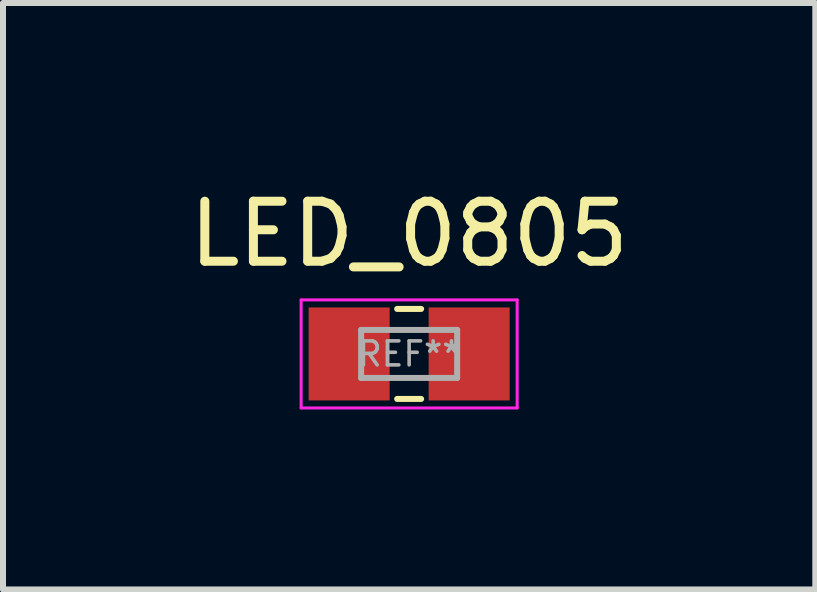
<source format=kicad_pcb>
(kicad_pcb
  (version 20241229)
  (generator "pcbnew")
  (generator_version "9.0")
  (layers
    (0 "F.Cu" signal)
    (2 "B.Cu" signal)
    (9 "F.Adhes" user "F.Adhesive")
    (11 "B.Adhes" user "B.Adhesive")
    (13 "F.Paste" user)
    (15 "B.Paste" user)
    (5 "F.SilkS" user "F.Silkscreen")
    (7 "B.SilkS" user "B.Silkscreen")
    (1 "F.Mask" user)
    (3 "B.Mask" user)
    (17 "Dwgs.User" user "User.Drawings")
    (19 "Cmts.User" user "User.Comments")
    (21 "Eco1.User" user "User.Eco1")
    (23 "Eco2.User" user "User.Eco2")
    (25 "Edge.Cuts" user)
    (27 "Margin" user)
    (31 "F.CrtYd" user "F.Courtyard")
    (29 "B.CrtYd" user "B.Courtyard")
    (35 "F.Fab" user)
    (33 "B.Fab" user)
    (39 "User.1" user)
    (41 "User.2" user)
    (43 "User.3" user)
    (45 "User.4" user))
  (footprint "LED_0805"
    (layer "F.Cu")
    (at 3.768 2.848)
    (property "Reference" "LED_0805" (at 0 -2 0) (layer "F.SilkS") (effects (font (size 1 1) (thickness 0.15))))
    (attr smd)
    (fp_line (start -0.2 -0.75) (end 0.2 -0.75) (stroke (width 0.1) (type solid)) (layer "F.SilkS"))
    (fp_line (start -0.2 0.75) (end 0.2 0.75) (stroke (width 0.1) (type solid)) (layer "F.SilkS"))
    (fp_line (start -1.8 0.9) (end -1.8 -0.9) (stroke (width 0.05) (type solid)) (layer "F.CrtYd"))
    (fp_line (start 1.8 -0.9) (end -1.8 -0.9) (stroke (width 0.05) (type solid)) (layer "F.CrtYd"))
    (fp_line (start 1.8 -0.9) (end 1.8 0.9) (stroke (width 0.05) (type solid)) (layer "F.CrtYd"))
    (fp_line (start 1.8 0.9) (end -1.8 0.9) (stroke (width 0.05) (type solid)) (layer "F.CrtYd"))
    (fp_line (start -0.8 -0.4) (end -0.8 0.4) (stroke (width 0.1) (type solid)) (layer "F.Fab"))
    (fp_line (start 0.8 -0.4) (end -0.8 -0.4) (stroke (width 0.1) (type solid)) (layer "F.Fab"))
    (fp_line (start 0.8 -0.4) (end 0.8 0.4) (stroke (width 0.1) (type solid)) (layer "F.Fab"))
    (fp_line (start 0.8 0.4) (end -0.8 0.4) (stroke (width 0.1) (type solid)) (layer "F.Fab"))
    (fp_text user "REF**" (at 0 0 0) (layer "F.Fab") (effects (font (size 0.4 0.4) (thickness 0.06))))
    (pad "1" smd rect (at -1 0) (size 1.35 1.55) (layers "F.Cu" "F.Mask" "F.Paste"))
    (pad "2" smd rect (at 1 0) (size 1.35 1.55) (layers "F.Cu" "F.Mask" "F.Paste")))
  (gr_rect
    (start -3 -3)
    (end 10.536 6.773)
    (stroke (width 0.1) (type default))
    (fill no)
    (layer "Edge.Cuts")))
</source>
